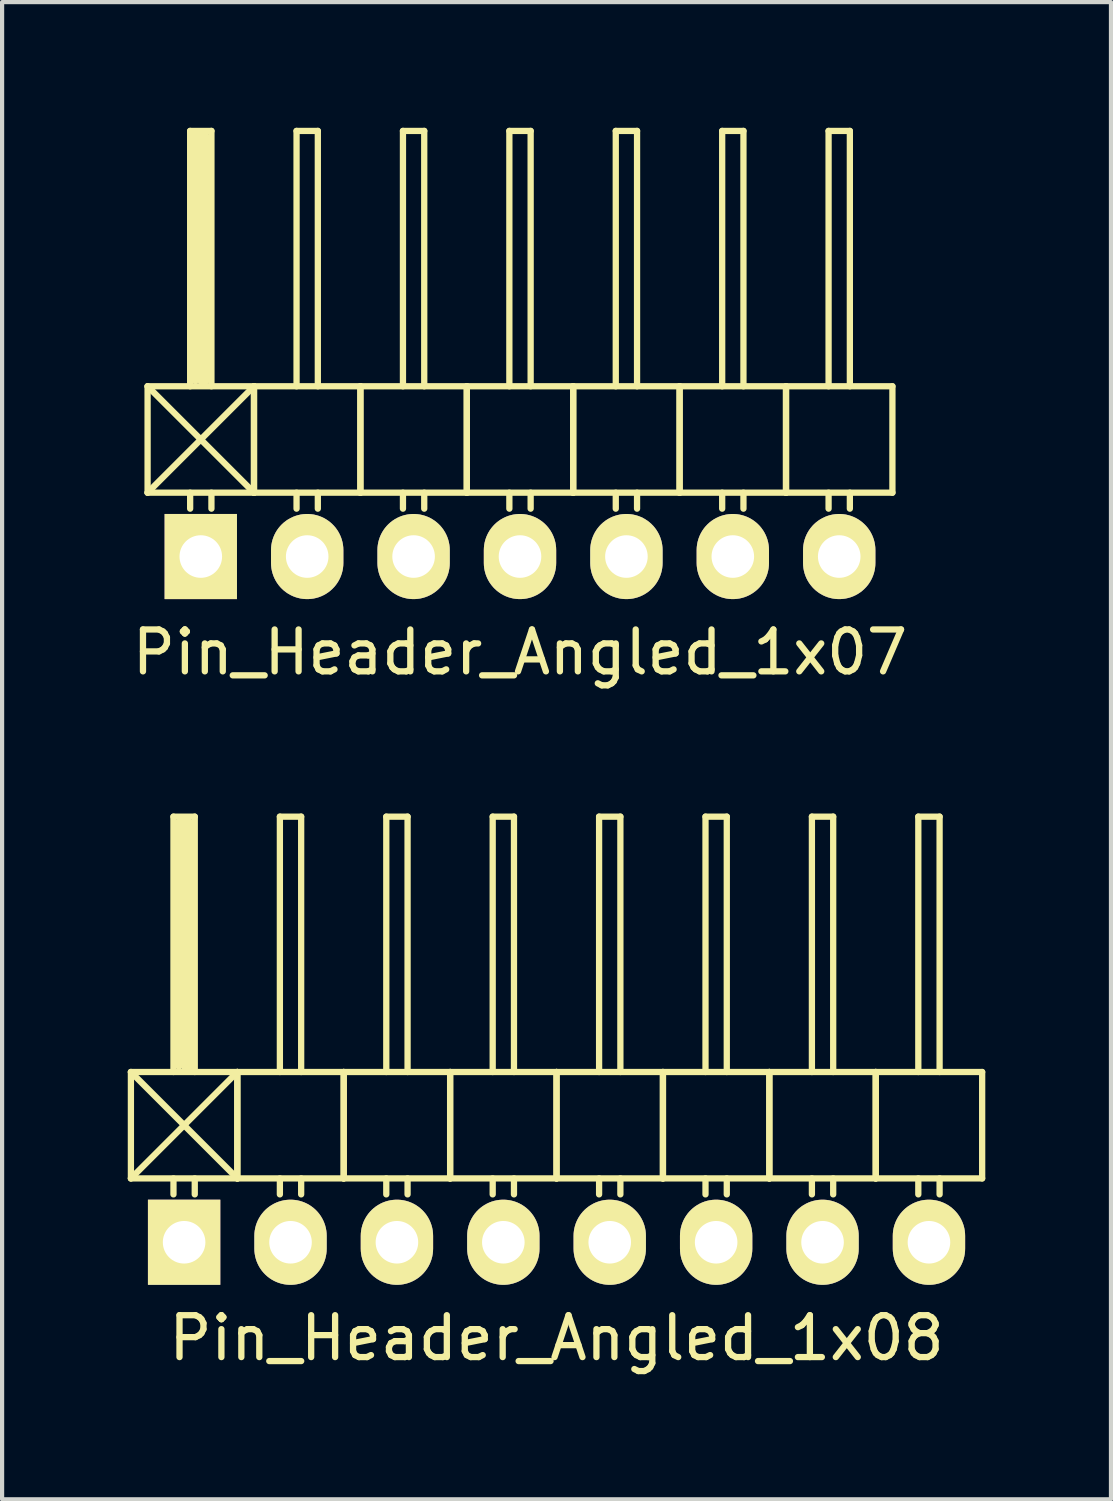
<source format=kicad_pcb>
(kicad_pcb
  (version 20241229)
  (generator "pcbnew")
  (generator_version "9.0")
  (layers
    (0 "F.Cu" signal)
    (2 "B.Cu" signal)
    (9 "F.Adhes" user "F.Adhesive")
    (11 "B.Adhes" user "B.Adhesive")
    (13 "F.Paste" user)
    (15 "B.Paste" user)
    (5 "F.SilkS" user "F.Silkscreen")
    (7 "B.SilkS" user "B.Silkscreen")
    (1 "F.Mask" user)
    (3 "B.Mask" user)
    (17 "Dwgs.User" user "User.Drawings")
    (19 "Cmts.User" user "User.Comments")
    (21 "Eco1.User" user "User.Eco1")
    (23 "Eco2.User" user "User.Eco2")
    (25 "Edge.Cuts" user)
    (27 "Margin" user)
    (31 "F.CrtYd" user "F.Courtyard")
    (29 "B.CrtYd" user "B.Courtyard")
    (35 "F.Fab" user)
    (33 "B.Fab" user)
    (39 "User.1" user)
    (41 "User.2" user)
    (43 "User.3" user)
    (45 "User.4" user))
  (footprint "Pin_Header_Angled_1x07"
    (layer "F.Cu")
    (at 9.363 10.235)
    (property "Reference" "Pin_Header_Angled_1x07" (at 0 2.286 0) (layer "F.SilkS") (effects (font (size 1 1) (thickness 0.15))))
    (attr through_hole)
    (fp_line (start -8.89 -4.064) (end -6.35 -1.524) (stroke (width 0.15) (type solid)) (layer "F.SilkS"))
    (fp_line (start -8.89 -1.524) (end -8.89 -4.064) (stroke (width 0.15) (type solid)) (layer "F.SilkS"))
    (fp_line (start -8.89 -1.524) (end -6.35 -1.524) (stroke (width 0.15) (type solid)) (layer "F.SilkS"))
    (fp_line (start -7.874 -10.16) (end -7.366 -10.16) (stroke (width 0.15) (type solid)) (layer "F.SilkS"))
    (fp_line (start -7.874 -4.064) (end -7.874 -10.16) (stroke (width 0.15) (type solid)) (layer "F.SilkS"))
    (fp_line (start -7.874 -1.524) (end -7.874 -1.143) (stroke (width 0.15) (type solid)) (layer "F.SilkS"))
    (fp_line (start -7.747 -10.033) (end -7.493 -10.033) (stroke (width 0.15) (type solid)) (layer "F.SilkS"))
    (fp_line (start -7.747 -4.191) (end -7.747 -10.033) (stroke (width 0.15) (type solid)) (layer "F.SilkS"))
    (fp_line (start -7.62 -4.191) (end -7.62 -10.033) (stroke (width 0.15) (type solid)) (layer "F.SilkS"))
    (fp_line (start -7.493 -10.033) (end -7.493 -4.191) (stroke (width 0.15) (type solid)) (layer "F.SilkS"))
    (fp_line (start -7.493 -4.191) (end -7.62 -4.191) (stroke (width 0.15) (type solid)) (layer "F.SilkS"))
    (fp_line (start -7.366 -10.16) (end -7.366 -4.064) (stroke (width 0.15) (type solid)) (layer "F.SilkS"))
    (fp_line (start -7.366 -1.524) (end -7.366 -1.143) (stroke (width 0.15) (type solid)) (layer "F.SilkS"))
    (fp_line (start -6.35 -4.064) (end -8.89 -4.064) (stroke (width 0.15) (type solid)) (layer "F.SilkS"))
    (fp_line (start -6.35 -4.064) (end -8.89 -1.524) (stroke (width 0.15) (type solid)) (layer "F.SilkS"))
    (fp_line (start -6.35 -1.524) (end -6.35 -4.064) (stroke (width 0.15) (type solid)) (layer "F.SilkS"))
    (fp_line (start -6.35 -1.524) (end -6.35 -4.064) (stroke (width 0.15) (type solid)) (layer "F.SilkS"))
    (fp_line (start -6.35 -1.524) (end -3.81 -1.524) (stroke (width 0.15) (type solid)) (layer "F.SilkS"))
    (fp_line (start -5.334 -10.16) (end -4.826 -10.16) (stroke (width 0.15) (type solid)) (layer "F.SilkS"))
    (fp_line (start -5.334 -4.064) (end -5.334 -10.16) (stroke (width 0.15) (type solid)) (layer "F.SilkS"))
    (fp_line (start -5.334 -1.524) (end -5.334 -1.143) (stroke (width 0.15) (type solid)) (layer "F.SilkS"))
    (fp_line (start -4.826 -10.16) (end -4.826 -4.064) (stroke (width 0.15) (type solid)) (layer "F.SilkS"))
    (fp_line (start -4.826 -1.524) (end -4.826 -1.143) (stroke (width 0.15) (type solid)) (layer "F.SilkS"))
    (fp_line (start -3.81 -4.064) (end -6.35 -4.064) (stroke (width 0.15) (type solid)) (layer "F.SilkS"))
    (fp_line (start -3.81 -1.524) (end -3.81 -4.064) (stroke (width 0.15) (type solid)) (layer "F.SilkS"))
    (fp_line (start -3.81 -1.524) (end -3.81 -4.064) (stroke (width 0.15) (type solid)) (layer "F.SilkS"))
    (fp_line (start -3.81 -1.524) (end -1.27 -1.524) (stroke (width 0.15) (type solid)) (layer "F.SilkS"))
    (fp_line (start -2.794 -10.16) (end -2.286 -10.16) (stroke (width 0.15) (type solid)) (layer "F.SilkS"))
    (fp_line (start -2.794 -4.064) (end -2.794 -10.16) (stroke (width 0.15) (type solid)) (layer "F.SilkS"))
    (fp_line (start -2.794 -1.524) (end -2.794 -1.143) (stroke (width 0.15) (type solid)) (layer "F.SilkS"))
    (fp_line (start -2.286 -10.16) (end -2.286 -4.064) (stroke (width 0.15) (type solid)) (layer "F.SilkS"))
    (fp_line (start -2.286 -1.524) (end -2.286 -1.143) (stroke (width 0.15) (type solid)) (layer "F.SilkS"))
    (fp_line (start -1.27 -4.064) (end -3.81 -4.064) (stroke (width 0.15) (type solid)) (layer "F.SilkS"))
    (fp_line (start -1.27 -1.524) (end -1.27 -4.064) (stroke (width 0.15) (type solid)) (layer "F.SilkS"))
    (fp_line (start -1.27 -1.524) (end -1.27 -4.064) (stroke (width 0.15) (type solid)) (layer "F.SilkS"))
    (fp_line (start -1.27 -1.524) (end 1.27 -1.524) (stroke (width 0.15) (type solid)) (layer "F.SilkS"))
    (fp_line (start -0.254 -10.16) (end 0.254 -10.16) (stroke (width 0.15) (type solid)) (layer "F.SilkS"))
    (fp_line (start -0.254 -4.064) (end -0.254 -10.16) (stroke (width 0.15) (type solid)) (layer "F.SilkS"))
    (fp_line (start -0.254 -1.524) (end -0.254 -1.143) (stroke (width 0.15) (type solid)) (layer "F.SilkS"))
    (fp_line (start 0.254 -10.16) (end 0.254 -4.064) (stroke (width 0.15) (type solid)) (layer "F.SilkS"))
    (fp_line (start 0.254 -1.524) (end 0.254 -1.143) (stroke (width 0.15) (type solid)) (layer "F.SilkS"))
    (fp_line (start 1.27 -4.064) (end -1.27 -4.064) (stroke (width 0.15) (type solid)) (layer "F.SilkS"))
    (fp_line (start 1.27 -1.524) (end 1.27 -4.064) (stroke (width 0.15) (type solid)) (layer "F.SilkS"))
    (fp_line (start 1.27 -1.524) (end 1.27 -4.064) (stroke (width 0.15) (type solid)) (layer "F.SilkS"))
    (fp_line (start 1.27 -1.524) (end 3.81 -1.524) (stroke (width 0.15) (type solid)) (layer "F.SilkS"))
    (fp_line (start 2.286 -10.16) (end 2.794 -10.16) (stroke (width 0.15) (type solid)) (layer "F.SilkS"))
    (fp_line (start 2.286 -4.064) (end 2.286 -10.16) (stroke (width 0.15) (type solid)) (layer "F.SilkS"))
    (fp_line (start 2.286 -1.524) (end 2.286 -1.143) (stroke (width 0.15) (type solid)) (layer "F.SilkS"))
    (fp_line (start 2.794 -10.16) (end 2.794 -4.064) (stroke (width 0.15) (type solid)) (layer "F.SilkS"))
    (fp_line (start 2.794 -1.524) (end 2.794 -1.143) (stroke (width 0.15) (type solid)) (layer "F.SilkS"))
    (fp_line (start 3.81 -4.064) (end 1.27 -4.064) (stroke (width 0.15) (type solid)) (layer "F.SilkS"))
    (fp_line (start 3.81 -1.524) (end 3.81 -4.064) (stroke (width 0.15) (type solid)) (layer "F.SilkS"))
    (fp_line (start 3.81 -1.524) (end 3.81 -4.064) (stroke (width 0.15) (type solid)) (layer "F.SilkS"))
    (fp_line (start 3.81 -1.524) (end 6.35 -1.524) (stroke (width 0.15) (type solid)) (layer "F.SilkS"))
    (fp_line (start 4.826 -10.16) (end 5.334 -10.16) (stroke (width 0.15) (type solid)) (layer "F.SilkS"))
    (fp_line (start 4.826 -4.064) (end 4.826 -10.16) (stroke (width 0.15) (type solid)) (layer "F.SilkS"))
    (fp_line (start 4.826 -1.524) (end 4.826 -1.143) (stroke (width 0.15) (type solid)) (layer "F.SilkS"))
    (fp_line (start 5.334 -10.16) (end 5.334 -4.064) (stroke (width 0.15) (type solid)) (layer "F.SilkS"))
    (fp_line (start 5.334 -1.524) (end 5.334 -1.143) (stroke (width 0.15) (type solid)) (layer "F.SilkS"))
    (fp_line (start 6.35 -4.064) (end 3.81 -4.064) (stroke (width 0.15) (type solid)) (layer "F.SilkS"))
    (fp_line (start 6.35 -1.524) (end 6.35 -4.064) (stroke (width 0.15) (type solid)) (layer "F.SilkS"))
    (fp_line (start 6.35 -1.524) (end 6.35 -4.064) (stroke (width 0.15) (type solid)) (layer "F.SilkS"))
    (fp_line (start 6.35 -1.524) (end 8.89 -1.524) (stroke (width 0.15) (type solid)) (layer "F.SilkS"))
    (fp_line (start 7.366 -10.16) (end 7.874 -10.16) (stroke (width 0.15) (type solid)) (layer "F.SilkS"))
    (fp_line (start 7.366 -4.064) (end 7.366 -10.16) (stroke (width 0.15) (type solid)) (layer "F.SilkS"))
    (fp_line (start 7.366 -1.524) (end 7.366 -1.143) (stroke (width 0.15) (type solid)) (layer "F.SilkS"))
    (fp_line (start 7.874 -10.16) (end 7.874 -4.064) (stroke (width 0.15) (type solid)) (layer "F.SilkS"))
    (fp_line (start 7.874 -1.524) (end 7.874 -1.143) (stroke (width 0.15) (type solid)) (layer "F.SilkS"))
    (fp_line (start 8.89 -4.064) (end 6.35 -4.064) (stroke (width 0.15) (type solid)) (layer "F.SilkS"))
    (fp_line (start 8.89 -1.524) (end 8.89 -4.064) (stroke (width 0.15) (type solid)) (layer "F.SilkS"))
    (pad "1" thru_hole rect (at -7.62 0) (size 1.727 2.032) (drill 1.016) (layers "*.Cu" "*.Mask" "F.SilkS"))
    (pad "2" thru_hole oval (at -5.08 0) (size 1.727 2.032) (drill 1.016) (layers "*.Cu" "*.Mask" "F.SilkS"))
    (pad "3" thru_hole oval (at -2.54 0) (size 1.727 2.032) (drill 1.016) (layers "*.Cu" "*.Mask" "F.SilkS"))
    (pad "4" thru_hole oval (at 0 0) (size 1.727 2.032) (drill 1.016) (layers "*.Cu" "*.Mask" "F.SilkS"))
    (pad "5" thru_hole oval (at 2.54 0) (size 1.727 2.032) (drill 1.016) (layers "*.Cu" "*.Mask" "F.SilkS"))
    (pad "6" thru_hole oval (at 5.08 0) (size 1.727 2.032) (drill 1.016) (layers "*.Cu" "*.Mask" "F.SilkS"))
    (pad "7" thru_hole oval (at 7.62 0) (size 1.727 2.032) (drill 1.016) (layers "*.Cu" "*.Mask" "F.SilkS")))
  (footprint "Pin_Header_Angled_1x08"
    (layer "F.Cu")
    (at 10.235 26.604)
    (property "Reference" "Pin_Header_Angled_1x08" (at 0 2.286 0) (layer "F.SilkS") (effects (font (size 1 1) (thickness 0.15))))
    (attr through_hole)
    (fp_line (start -10.16 -4.064) (end -7.62 -1.524) (stroke (width 0.15) (type solid)) (layer "F.SilkS"))
    (fp_line (start -10.16 -1.524) (end -10.16 -4.064) (stroke (width 0.15) (type solid)) (layer "F.SilkS"))
    (fp_line (start -10.16 -1.524) (end -7.62 -1.524) (stroke (width 0.15) (type solid)) (layer "F.SilkS"))
    (fp_line (start -9.144 -10.16) (end -8.636 -10.16) (stroke (width 0.15) (type solid)) (layer "F.SilkS"))
    (fp_line (start -9.144 -4.064) (end -9.144 -10.16) (stroke (width 0.15) (type solid)) (layer "F.SilkS"))
    (fp_line (start -9.144 -1.524) (end -9.144 -1.143) (stroke (width 0.15) (type solid)) (layer "F.SilkS"))
    (fp_line (start -9.017 -10.033) (end -8.763 -10.033) (stroke (width 0.15) (type solid)) (layer "F.SilkS"))
    (fp_line (start -9.017 -4.191) (end -9.017 -10.033) (stroke (width 0.15) (type solid)) (layer "F.SilkS"))
    (fp_line (start -8.89 -4.191) (end -8.89 -10.033) (stroke (width 0.15) (type solid)) (layer "F.SilkS"))
    (fp_line (start -8.763 -10.033) (end -8.763 -4.191) (stroke (width 0.15) (type solid)) (layer "F.SilkS"))
    (fp_line (start -8.763 -4.191) (end -8.89 -4.191) (stroke (width 0.15) (type solid)) (layer "F.SilkS"))
    (fp_line (start -8.636 -10.16) (end -8.636 -4.064) (stroke (width 0.15) (type solid)) (layer "F.SilkS"))
    (fp_line (start -8.636 -1.524) (end -8.636 -1.143) (stroke (width 0.15) (type solid)) (layer "F.SilkS"))
    (fp_line (start -7.62 -4.064) (end -10.16 -4.064) (stroke (width 0.15) (type solid)) (layer "F.SilkS"))
    (fp_line (start -7.62 -4.064) (end -10.16 -1.524) (stroke (width 0.15) (type solid)) (layer "F.SilkS"))
    (fp_line (start -7.62 -1.524) (end -7.62 -4.064) (stroke (width 0.15) (type solid)) (layer "F.SilkS"))
    (fp_line (start -7.62 -1.524) (end -7.62 -4.064) (stroke (width 0.15) (type solid)) (layer "F.SilkS"))
    (fp_line (start -7.62 -1.524) (end -5.08 -1.524) (stroke (width 0.15) (type solid)) (layer "F.SilkS"))
    (fp_line (start -6.604 -10.16) (end -6.096 -10.16) (stroke (width 0.15) (type solid)) (layer "F.SilkS"))
    (fp_line (start -6.604 -4.064) (end -6.604 -10.16) (stroke (width 0.15) (type solid)) (layer "F.SilkS"))
    (fp_line (start -6.604 -1.524) (end -6.604 -1.143) (stroke (width 0.15) (type solid)) (layer "F.SilkS"))
    (fp_line (start -6.096 -10.16) (end -6.096 -4.064) (stroke (width 0.15) (type solid)) (layer "F.SilkS"))
    (fp_line (start -6.096 -1.524) (end -6.096 -1.143) (stroke (width 0.15) (type solid)) (layer "F.SilkS"))
    (fp_line (start -5.08 -4.064) (end -7.62 -4.064) (stroke (width 0.15) (type solid)) (layer "F.SilkS"))
    (fp_line (start -5.08 -1.524) (end -5.08 -4.064) (stroke (width 0.15) (type solid)) (layer "F.SilkS"))
    (fp_line (start -5.08 -1.524) (end -5.08 -4.064) (stroke (width 0.15) (type solid)) (layer "F.SilkS"))
    (fp_line (start -5.08 -1.524) (end -2.54 -1.524) (stroke (width 0.15) (type solid)) (layer "F.SilkS"))
    (fp_line (start -4.064 -10.16) (end -3.556 -10.16) (stroke (width 0.15) (type solid)) (layer "F.SilkS"))
    (fp_line (start -4.064 -4.064) (end -4.064 -10.16) (stroke (width 0.15) (type solid)) (layer "F.SilkS"))
    (fp_line (start -4.064 -1.524) (end -4.064 -1.143) (stroke (width 0.15) (type solid)) (layer "F.SilkS"))
    (fp_line (start -3.556 -10.16) (end -3.556 -4.064) (stroke (width 0.15) (type solid)) (layer "F.SilkS"))
    (fp_line (start -3.556 -1.524) (end -3.556 -1.143) (stroke (width 0.15) (type solid)) (layer "F.SilkS"))
    (fp_line (start -2.54 -4.064) (end -5.08 -4.064) (stroke (width 0.15) (type solid)) (layer "F.SilkS"))
    (fp_line (start -2.54 -1.524) (end -2.54 -4.064) (stroke (width 0.15) (type solid)) (layer "F.SilkS"))
    (fp_line (start -2.54 -1.524) (end -2.54 -4.064) (stroke (width 0.15) (type solid)) (layer "F.SilkS"))
    (fp_line (start -2.54 -1.524) (end 0 -1.524) (stroke (width 0.15) (type solid)) (layer "F.SilkS"))
    (fp_line (start -1.524 -10.16) (end -1.016 -10.16) (stroke (width 0.15) (type solid)) (layer "F.SilkS"))
    (fp_line (start -1.524 -4.064) (end -1.524 -10.16) (stroke (width 0.15) (type solid)) (layer "F.SilkS"))
    (fp_line (start -1.524 -1.524) (end -1.524 -1.143) (stroke (width 0.15) (type solid)) (layer "F.SilkS"))
    (fp_line (start -1.016 -10.16) (end -1.016 -4.064) (stroke (width 0.15) (type solid)) (layer "F.SilkS"))
    (fp_line (start -1.016 -1.524) (end -1.016 -1.143) (stroke (width 0.15) (type solid)) (layer "F.SilkS"))
    (fp_line (start 0 -4.064) (end -2.54 -4.064) (stroke (width 0.15) (type solid)) (layer "F.SilkS"))
    (fp_line (start 0 -1.524) (end 0 -4.064) (stroke (width 0.15) (type solid)) (layer "F.SilkS"))
    (fp_line (start 0 -1.524) (end 0 -4.064) (stroke (width 0.15) (type solid)) (layer "F.SilkS"))
    (fp_line (start 0 -1.524) (end 2.54 -1.524) (stroke (width 0.15) (type solid)) (layer "F.SilkS"))
    (fp_line (start 1.016 -10.16) (end 1.524 -10.16) (stroke (width 0.15) (type solid)) (layer "F.SilkS"))
    (fp_line (start 1.016 -4.064) (end 1.016 -10.16) (stroke (width 0.15) (type solid)) (layer "F.SilkS"))
    (fp_line (start 1.016 -1.524) (end 1.016 -1.143) (stroke (width 0.15) (type solid)) (layer "F.SilkS"))
    (fp_line (start 1.524 -10.16) (end 1.524 -4.064) (stroke (width 0.15) (type solid)) (layer "F.SilkS"))
    (fp_line (start 1.524 -1.524) (end 1.524 -1.143) (stroke (width 0.15) (type solid)) (layer "F.SilkS"))
    (fp_line (start 2.54 -4.064) (end 0 -4.064) (stroke (width 0.15) (type solid)) (layer "F.SilkS"))
    (fp_line (start 2.54 -1.524) (end 2.54 -4.064) (stroke (width 0.15) (type solid)) (layer "F.SilkS"))
    (fp_line (start 2.54 -1.524) (end 2.54 -4.064) (stroke (width 0.15) (type solid)) (layer "F.SilkS"))
    (fp_line (start 2.54 -1.524) (end 5.08 -1.524) (stroke (width 0.15) (type solid)) (layer "F.SilkS"))
    (fp_line (start 3.556 -10.16) (end 4.064 -10.16) (stroke (width 0.15) (type solid)) (layer "F.SilkS"))
    (fp_line (start 3.556 -4.064) (end 3.556 -10.16) (stroke (width 0.15) (type solid)) (layer "F.SilkS"))
    (fp_line (start 3.556 -1.524) (end 3.556 -1.143) (stroke (width 0.15) (type solid)) (layer "F.SilkS"))
    (fp_line (start 4.064 -10.16) (end 4.064 -4.064) (stroke (width 0.15) (type solid)) (layer "F.SilkS"))
    (fp_line (start 4.064 -1.524) (end 4.064 -1.143) (stroke (width 0.15) (type solid)) (layer "F.SilkS"))
    (fp_line (start 5.08 -4.064) (end 2.54 -4.064) (stroke (width 0.15) (type solid)) (layer "F.SilkS"))
    (fp_line (start 5.08 -1.524) (end 5.08 -4.064) (stroke (width 0.15) (type solid)) (layer "F.SilkS"))
    (fp_line (start 5.08 -1.524) (end 5.08 -4.064) (stroke (width 0.15) (type solid)) (layer "F.SilkS"))
    (fp_line (start 5.08 -1.524) (end 7.62 -1.524) (stroke (width 0.15) (type solid)) (layer "F.SilkS"))
    (fp_line (start 6.096 -10.16) (end 6.604 -10.16) (stroke (width 0.15) (type solid)) (layer "F.SilkS"))
    (fp_line (start 6.096 -4.064) (end 6.096 -10.16) (stroke (width 0.15) (type solid)) (layer "F.SilkS"))
    (fp_line (start 6.096 -1.524) (end 6.096 -1.143) (stroke (width 0.15) (type solid)) (layer "F.SilkS"))
    (fp_line (start 6.604 -10.16) (end 6.604 -4.064) (stroke (width 0.15) (type solid)) (layer "F.SilkS"))
    (fp_line (start 6.604 -1.524) (end 6.604 -1.143) (stroke (width 0.15) (type solid)) (layer "F.SilkS"))
    (fp_line (start 7.62 -4.064) (end 5.08 -4.064) (stroke (width 0.15) (type solid)) (layer "F.SilkS"))
    (fp_line (start 7.62 -1.524) (end 7.62 -4.064) (stroke (width 0.15) (type solid)) (layer "F.SilkS"))
    (fp_line (start 7.62 -1.524) (end 7.62 -4.064) (stroke (width 0.15) (type solid)) (layer "F.SilkS"))
    (fp_line (start 7.62 -1.524) (end 10.16 -1.524) (stroke (width 0.15) (type solid)) (layer "F.SilkS"))
    (fp_line (start 8.636 -10.16) (end 9.144 -10.16) (stroke (width 0.15) (type solid)) (layer "F.SilkS"))
    (fp_line (start 8.636 -4.064) (end 8.636 -10.16) (stroke (width 0.15) (type solid)) (layer "F.SilkS"))
    (fp_line (start 8.636 -1.524) (end 8.636 -1.143) (stroke (width 0.15) (type solid)) (layer "F.SilkS"))
    (fp_line (start 9.144 -10.16) (end 9.144 -4.064) (stroke (width 0.15) (type solid)) (layer "F.SilkS"))
    (fp_line (start 9.144 -1.524) (end 9.144 -1.143) (stroke (width 0.15) (type solid)) (layer "F.SilkS"))
    (fp_line (start 10.16 -4.064) (end 7.62 -4.064) (stroke (width 0.15) (type solid)) (layer "F.SilkS"))
    (fp_line (start 10.16 -1.524) (end 10.16 -4.064) (stroke (width 0.15) (type solid)) (layer "F.SilkS"))
    (pad "1" thru_hole rect (at -8.89 0) (size 1.727 2.032) (drill 1.016) (layers "*.Cu" "*.Mask" "F.SilkS"))
    (pad "2" thru_hole oval (at -6.35 0) (size 1.727 2.032) (drill 1.016) (layers "*.Cu" "*.Mask" "F.SilkS"))
    (pad "3" thru_hole oval (at -3.81 0) (size 1.727 2.032) (drill 1.016) (layers "*.Cu" "*.Mask" "F.SilkS"))
    (pad "4" thru_hole oval (at -1.27 0) (size 1.727 2.032) (drill 1.016) (layers "*.Cu" "*.Mask" "F.SilkS"))
    (pad "5" thru_hole oval (at 1.27 0) (size 1.727 2.032) (drill 1.016) (layers "*.Cu" "*.Mask" "F.SilkS"))
    (pad "6" thru_hole oval (at 3.81 0) (size 1.727 2.032) (drill 1.016) (layers "*.Cu" "*.Mask" "F.SilkS"))
    (pad "7" thru_hole oval (at 6.35 0) (size 1.727 2.032) (drill 1.016) (layers "*.Cu" "*.Mask" "F.SilkS"))
    (pad "8" thru_hole oval (at 8.89 0) (size 1.727 2.032) (drill 1.016) (layers "*.Cu" "*.Mask" "F.SilkS")))
  (gr_rect
    (start -3 -3)
    (end 23.47 32.739)
    (stroke (width 0.1) (type default))
    (fill no)
    (layer "Edge.Cuts")))
</source>
